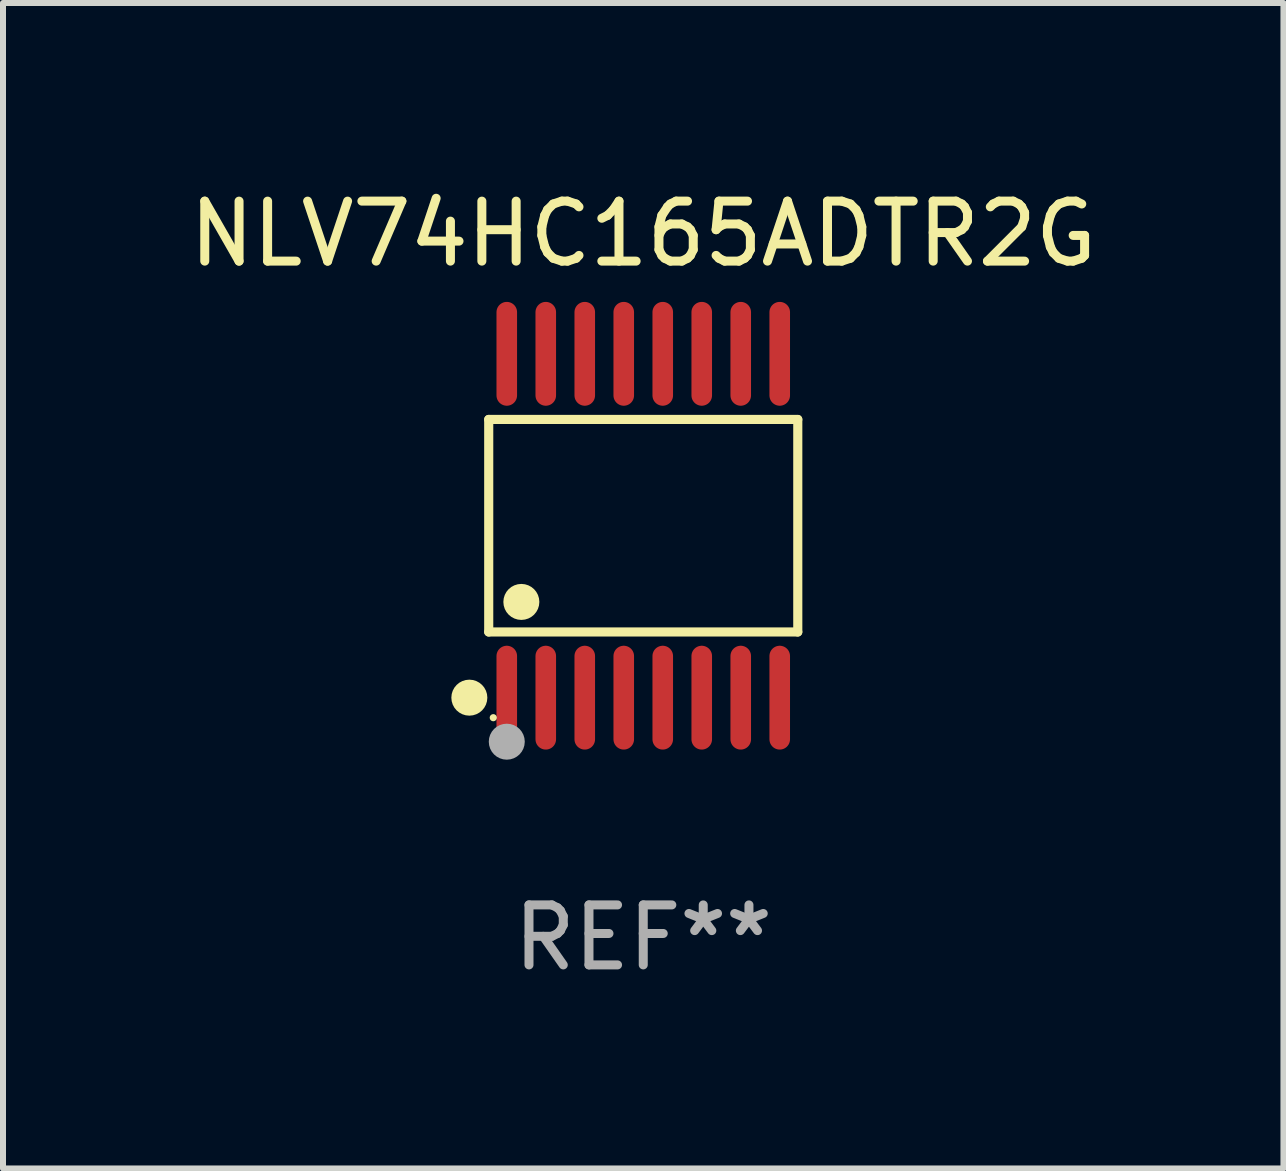
<source format=kicad_pcb>
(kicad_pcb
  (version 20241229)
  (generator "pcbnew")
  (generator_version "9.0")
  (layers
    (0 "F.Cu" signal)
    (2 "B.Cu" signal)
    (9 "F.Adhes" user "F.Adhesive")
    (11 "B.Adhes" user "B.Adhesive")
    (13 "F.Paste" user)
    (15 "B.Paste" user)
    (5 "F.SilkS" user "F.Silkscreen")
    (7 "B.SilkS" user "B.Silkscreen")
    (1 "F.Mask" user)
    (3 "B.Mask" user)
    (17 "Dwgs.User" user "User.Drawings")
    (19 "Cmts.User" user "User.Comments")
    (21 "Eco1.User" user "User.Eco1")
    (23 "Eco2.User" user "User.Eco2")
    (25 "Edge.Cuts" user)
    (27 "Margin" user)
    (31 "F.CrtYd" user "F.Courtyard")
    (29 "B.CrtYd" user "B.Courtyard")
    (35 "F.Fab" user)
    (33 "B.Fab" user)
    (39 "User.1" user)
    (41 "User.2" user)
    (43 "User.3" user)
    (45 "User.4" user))
  (footprint "NLV74HC165ADTR2G"
    (layer "F.Cu")
    (at 7.673 5.714)
    (property "Reference" "NLV74HC165ADTR2G" (at 0 -4.866 0) (layer "F.SilkS") (effects (font (size 1 1) (thickness 0.15))))
    (attr through_hole)
    (fp_line (start -2.576 -1.772) (end 2.576 -1.772) (stroke (width 0.152) (type solid)) (layer "F.SilkS"))
    (fp_line (start -2.576 1.771) (end -2.576 -1.772) (stroke (width 0.152) (type solid)) (layer "F.SilkS"))
    (fp_line (start 2.576 -1.772) (end 2.576 1.771) (stroke (width 0.152) (type solid)) (layer "F.SilkS"))
    (fp_line (start 2.576 1.771) (end -2.576 1.771) (stroke (width 0.152) (type solid)) (layer "F.SilkS"))
    (fp_circle (center -2.899 2.866) (end -2.749 2.866) (stroke (width 0.3) (type solid)) (fill no) (layer "F.SilkS"))
    (fp_circle (center -2.5 3.2) (end -2.47 3.2) (stroke (width 0.06) (type solid)) (fill no) (layer "F.SilkS"))
    (fp_circle (center -2.032 1.27) (end -1.882 1.27) (stroke (width 0.3) (type solid)) (fill no) (layer "F.SilkS"))
    (fp_circle (center -2.275 3.6) (end -2.125 3.6) (stroke (width 0.3) (type solid)) (fill no) (layer "F.Fab"))
    (fp_text user "REF**" (at 0 6.866 0) (layer "F.Fab") (effects (font (size 1 1) (thickness 0.15))))
    (pad "1" smd oval (at -2.275 2.866) (size 0.343 1.731) (layers "F.Cu" "F.Mask" "F.Paste"))
    (pad "2" smd oval (at -1.625 2.866) (size 0.343 1.731) (layers "F.Cu" "F.Mask" "F.Paste"))
    (pad "3" smd oval (at -0.975 2.866) (size 0.343 1.731) (layers "F.Cu" "F.Mask" "F.Paste"))
    (pad "4" smd oval (at -0.325 2.866) (size 0.343 1.731) (layers "F.Cu" "F.Mask" "F.Paste"))
    (pad "5" smd oval (at 0.325 2.866) (size 0.343 1.731) (layers "F.Cu" "F.Mask" "F.Paste"))
    (pad "6" smd oval (at 0.975 2.866) (size 0.343 1.731) (layers "F.Cu" "F.Mask" "F.Paste"))
    (pad "7" smd oval (at 1.625 2.866) (size 0.343 1.731) (layers "F.Cu" "F.Mask" "F.Paste"))
    (pad "8" smd oval (at 2.275 2.866) (size 0.343 1.731) (layers "F.Cu" "F.Mask" "F.Paste"))
    (pad "9" smd oval (at 2.275 -2.866) (size 0.343 1.731) (layers "F.Cu" "F.Mask" "F.Paste"))
    (pad "10" smd oval (at 1.625 -2.866) (size 0.343 1.731) (layers "F.Cu" "F.Mask" "F.Paste"))
    (pad "11" smd oval (at 0.975 -2.866) (size 0.343 1.731) (layers "F.Cu" "F.Mask" "F.Paste"))
    (pad "12" smd oval (at 0.325 -2.866) (size 0.343 1.731) (layers "F.Cu" "F.Mask" "F.Paste"))
    (pad "13" smd oval (at -0.325 -2.866) (size 0.343 1.731) (layers "F.Cu" "F.Mask" "F.Paste"))
    (pad "14" smd oval (at -0.975 -2.866) (size 0.343 1.731) (layers "F.Cu" "F.Mask" "F.Paste"))
    (pad "15" smd oval (at -1.625 -2.866) (size 0.343 1.731) (layers "F.Cu" "F.Mask" "F.Paste"))
    (pad "16" smd oval (at -2.275 -2.866) (size 0.343 1.731) (layers "F.Cu" "F.Mask" "F.Paste")))
  (gr_rect
    (start -3 -3)
    (end 18.345 16.428)
    (stroke (width 0.1) (type default))
    (fill no)
    (layer "Edge.Cuts")))
</source>
